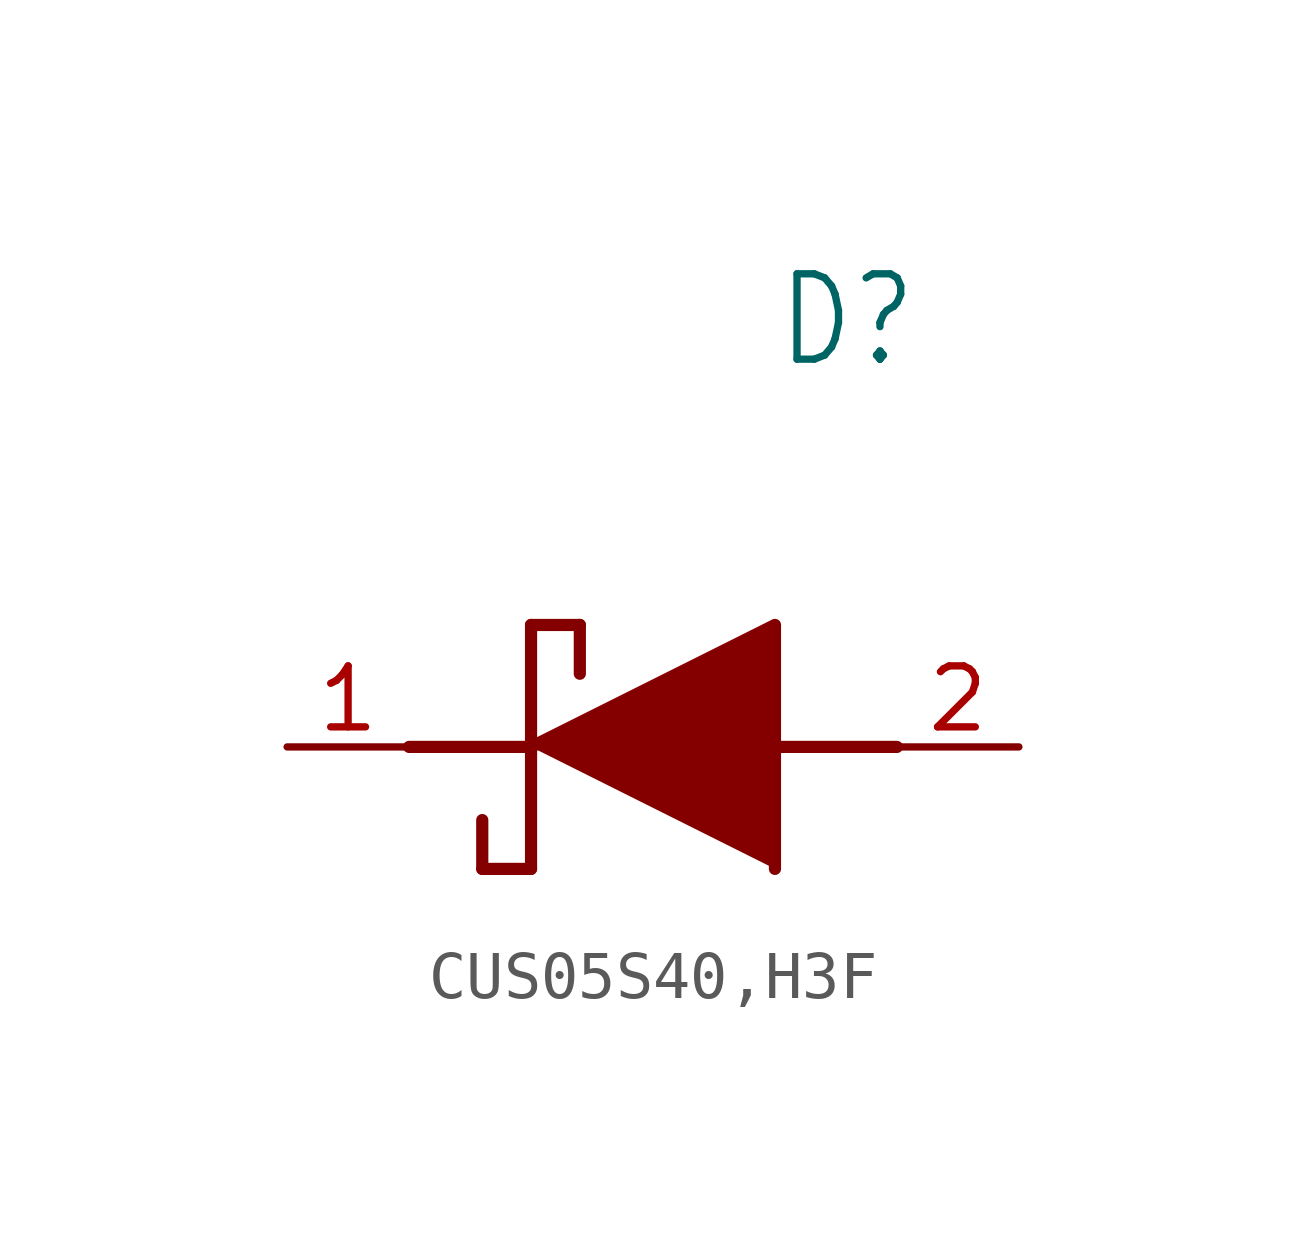
<source format=kicad_sym>
(kicad_symbol_lib
  (version 20220914)
  (generator kicad_symbol_editor)
  (symbol "CUS05S40,H3F"
    (property "Reference" "D"
      (at 12.7 8.89 0)
      (effects (font (size 1.778 1.511)) (justify left)))
    (property "Value" ""
      (at 12.7 6.35 0)
      (effects (font (size 1.778 1.511)) (justify left)))
    (property "ki_locked" ""
      (at 0 0 0)
      (effects (font (size 1.27 1.27))))
    (symbol "CUS05S40,H3F_1_0"
      (polyline (pts (xy 5.08 0) (xy 7.62 0)) (stroke (width 0.254) (type solid)) (fill (type none)))
      (polyline (pts (xy 6.604 -1.524) (xy 6.604 -2.54)) (stroke (width 0.254) (type solid)) (fill (type none)))
      (polyline (pts (xy 7.62 -2.54) (xy 6.604 -2.54)) (stroke (width 0.254) (type solid)) (fill (type none)))
      (polyline (pts (xy 7.62 2.54) (xy 7.62 -2.54)) (stroke (width 0.254) (type solid)) (fill (type none)))
      (polyline (pts (xy 7.62 2.54) (xy 8.636 2.54)) (stroke (width 0.254) (type solid)) (fill (type none)))
      (polyline (pts (xy 8.636 1.524) (xy 8.636 2.54)) (stroke (width 0.254) (type solid)) (fill (type none)))
      (polyline (pts (xy 12.7 0) (xy 15.24 0)) (stroke (width 0.254) (type solid)) (fill (type none)))
      (polyline (pts (xy 7.62 0) (xy 12.7 2.54) (xy 12.7 -2.54)) (stroke (width 0.254) (type solid)) (fill (type outline)))
      (pin bidirectional line (at 2.54 0 0) (length 2.54) (name "K" (effects (font (size 0 0)))) (number "1" (effects (font (size 1.27 1.27)))))
      (pin bidirectional line (at 17.78 0 180) (length 2.54) (name "A" (effects (font (size 0 0)))) (number "2" (effects (font (size 1.27 1.27))))))))
</source>
